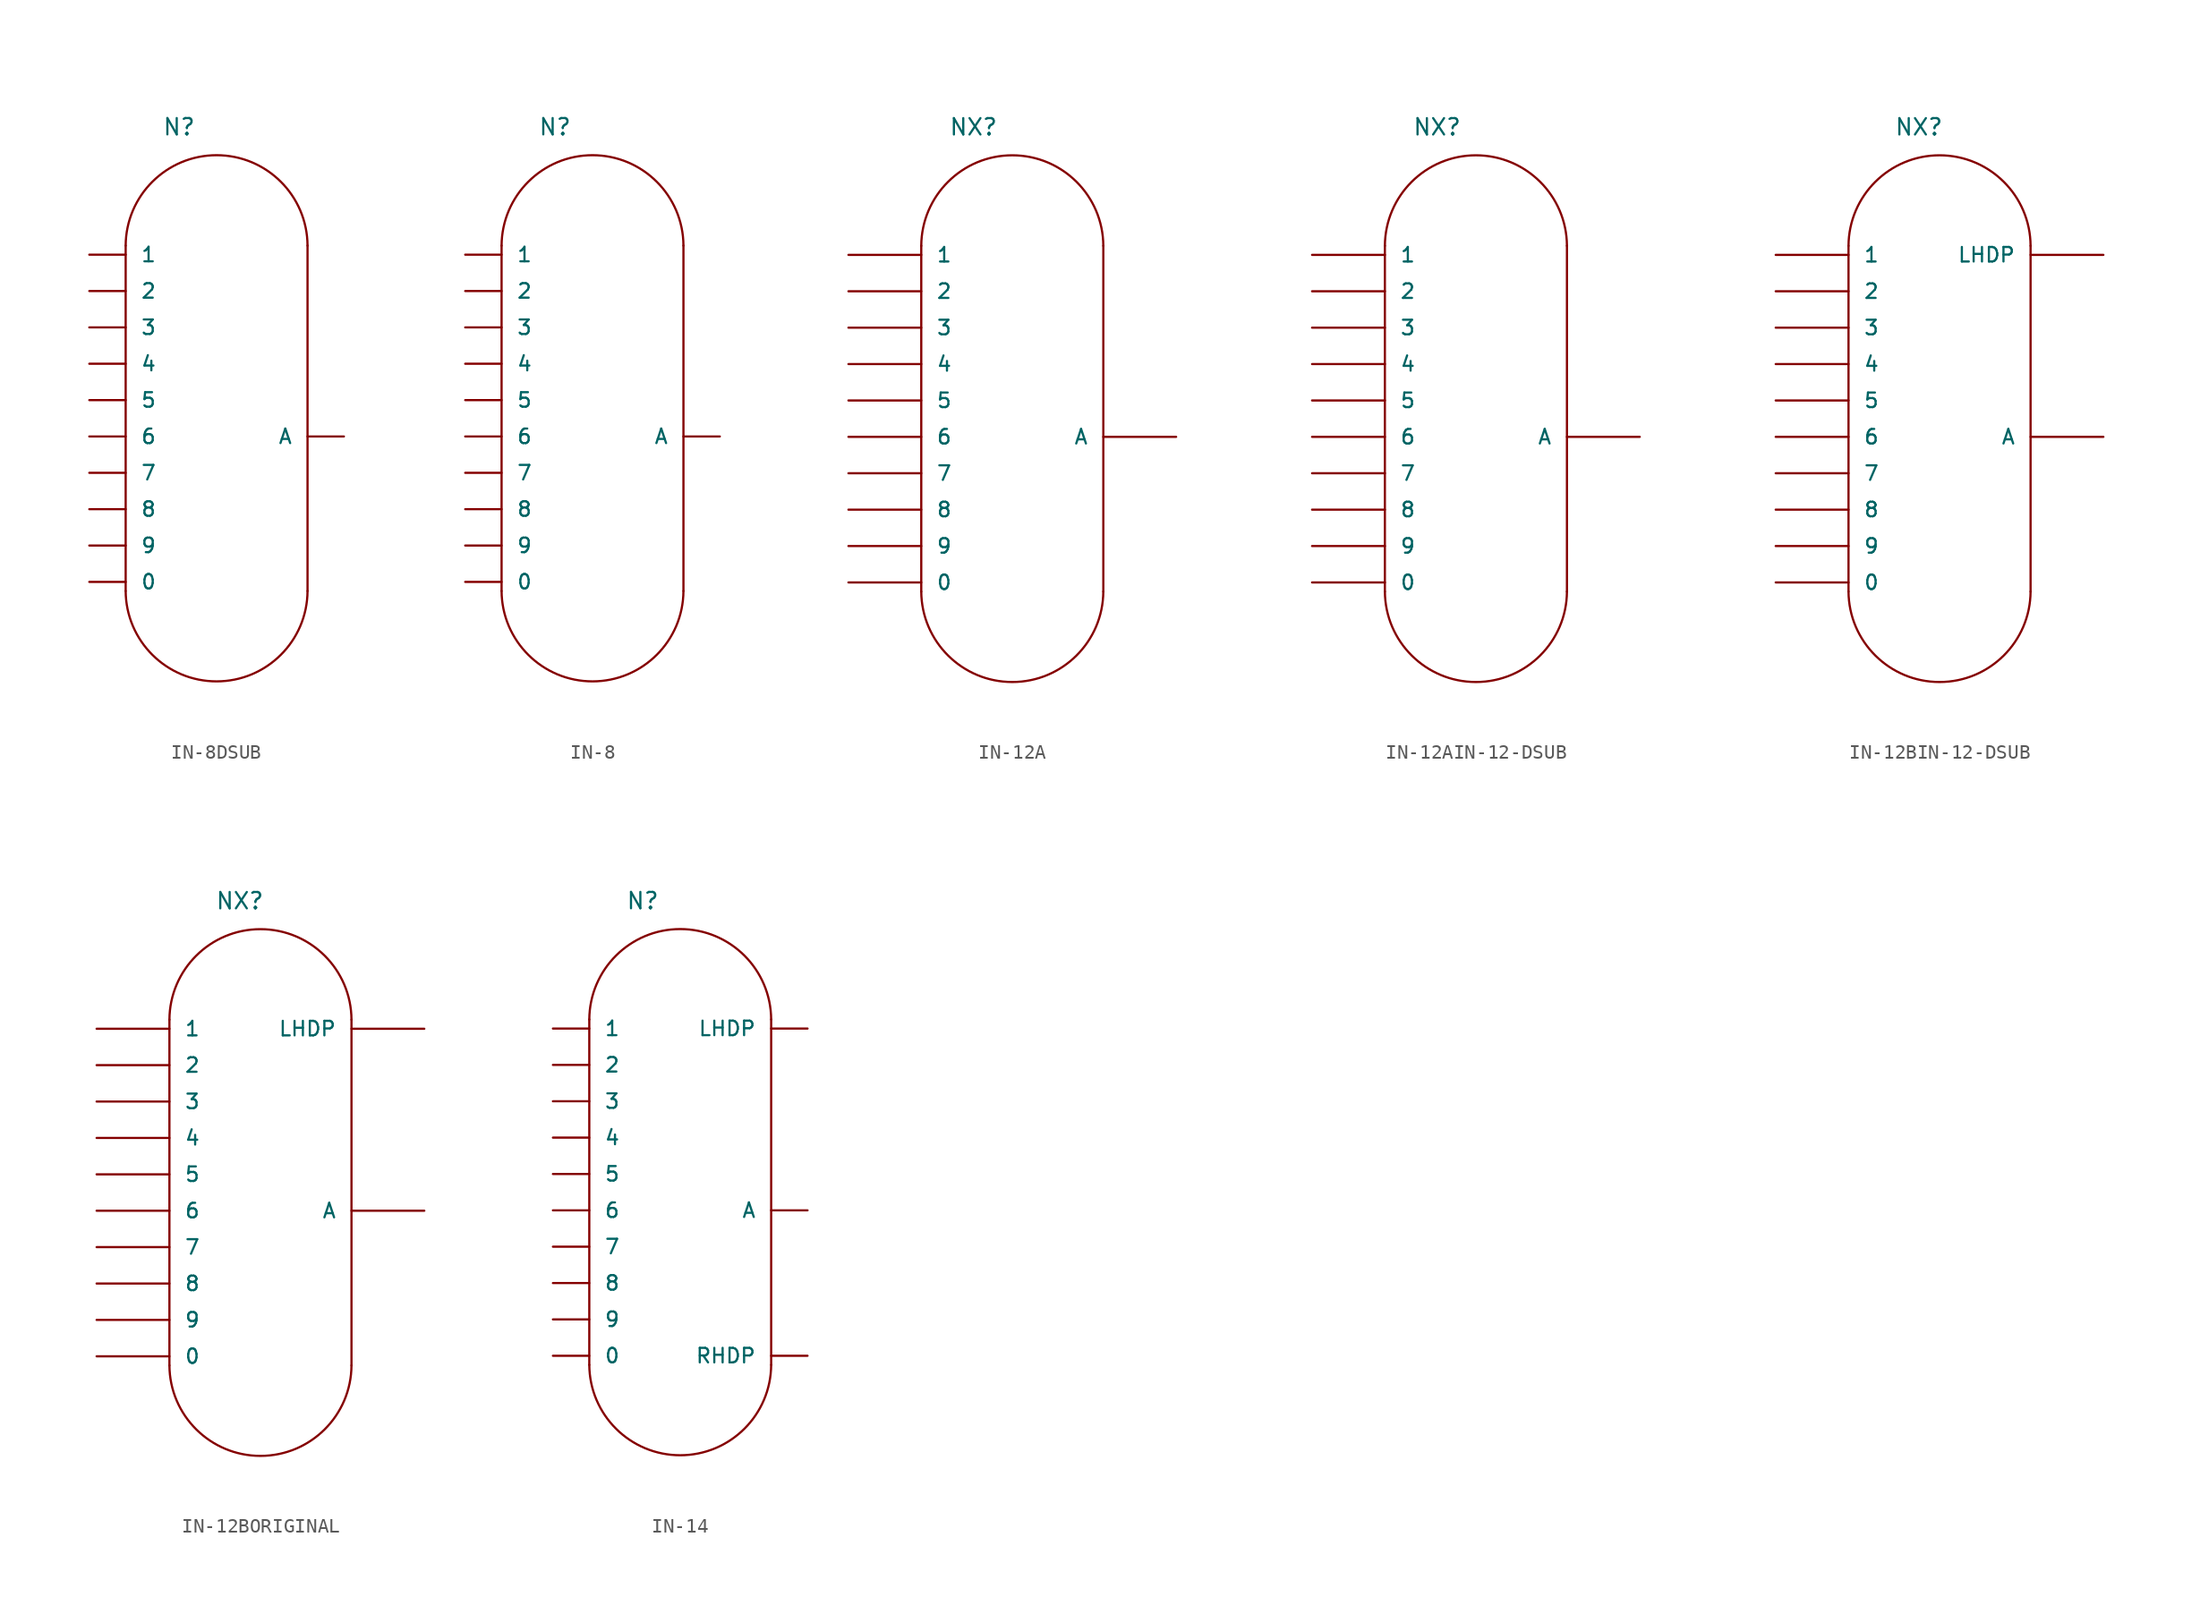
<source format=kicad_sym>
(kicad_symbol_lib
  (version 20220914)
  (generator kicad_symbol_editor)
  (symbol "IN-8DSUB"
    (pin_numbers hide)
    (pin_names
      (offset 1.016))
    (property "Reference" "N"
      (at -5.08 20.955 0)
      (effects (font (size 1.143 1.143)) (justify left bottom)))
    (property "ki_locked" ""
      (at 0 0 0)
      (effects (font (size 1.27 1.27))))
    (symbol "IN-8DSUB_1_0"
      (polyline (pts (xy -7.62 -10.795) (xy -7.62 13.335)) (stroke (width 0) (type solid)) (fill (type none)))
      (polyline (pts (xy 5.08 -10.795) (xy 5.08 13.335)) (stroke (width 0) (type solid)) (fill (type none))))
    (symbol "IN-8DSUB_1_1"
      (arc (start -7.62 -10.795) (mid -1.27 -17.1174) (end 5.08 -10.795) (stroke (width 0) (type solid)) (fill (type none)))
      (arc (start 5.08 13.335) (mid -1.27 19.6574) (end -7.62 13.335) (stroke (width 0) (type solid)) (fill (type none)))
      (pin bidirectional line (at -10.16 -10.16 0) (length 2.54) (name "0" (effects (font (size 1.016 1.016)))) (number "0" (effects (font (size 1.016 1.016)))))
      (pin bidirectional line (at -10.16 12.7 0) (length 2.54) (name "1" (effects (font (size 1.016 1.016)))) (number "1" (effects (font (size 1.016 1.016)))))
      (pin bidirectional line (at -10.16 10.16 0) (length 2.54) (name "2" (effects (font (size 1.016 1.016)))) (number "2" (effects (font (size 1.016 1.016)))))
      (pin bidirectional line (at -10.16 7.62 0) (length 2.54) (name "3" (effects (font (size 1.016 1.016)))) (number "3" (effects (font (size 1.016 1.016)))))
      (pin bidirectional line (at -10.16 5.08 0) (length 2.54) (name "4" (effects (font (size 1.016 1.016)))) (number "4" (effects (font (size 1.016 1.016)))))
      (pin bidirectional line (at -10.16 2.54 0) (length 2.54) (name "5" (effects (font (size 1.016 1.016)))) (number "5" (effects (font (size 1.016 1.016)))))
      (pin bidirectional line (at -10.16 0 0) (length 2.54) (name "6" (effects (font (size 1.016 1.016)))) (number "6" (effects (font (size 1.016 1.016)))))
      (pin bidirectional line (at -10.16 -2.54 0) (length 2.54) (name "7" (effects (font (size 1.016 1.016)))) (number "7" (effects (font (size 1.016 1.016)))))
      (pin bidirectional line (at -10.16 -5.08 0) (length 2.54) (name "8" (effects (font (size 1.016 1.016)))) (number "8" (effects (font (size 1.016 1.016)))))
      (pin bidirectional line (at -10.16 -7.62 0) (length 2.54) (name "9" (effects (font (size 1.016 1.016)))) (number "9" (effects (font (size 1.016 1.016)))))
      (pin bidirectional line (at 7.62 0 180) (length 2.54) (name "A" (effects (font (size 1.016 1.016)))) (number "A" (effects (font (size 1.016 1.016)))))))
  (symbol "IN-8"
    (pin_numbers hide)
    (pin_names
      (offset 1.016))
    (property "Reference" "N"
      (at -5.08 20.955 0)
      (effects (font (size 1.143 1.143)) (justify left bottom)))
    (property "ki_locked" ""
      (at 0 0 0)
      (effects (font (size 1.27 1.27))))
    (symbol "IN-8_1_0"
      (polyline (pts (xy -7.62 -10.795) (xy -7.62 13.335)) (stroke (width 0) (type solid)) (fill (type none)))
      (polyline (pts (xy 5.08 -10.795) (xy 5.08 13.335)) (stroke (width 0) (type solid)) (fill (type none))))
    (symbol "IN-8_1_1"
      (arc (start -7.62 -10.795) (mid -1.27 -17.1174) (end 5.08 -10.795) (stroke (width 0) (type solid)) (fill (type none)))
      (arc (start 5.08 13.335) (mid -1.27 19.6574) (end -7.62 13.335) (stroke (width 0) (type solid)) (fill (type none)))
      (pin bidirectional line (at -10.16 -10.16 0) (length 2.54) (name "0" (effects (font (size 1.016 1.016)))) (number "0" (effects (font (size 1.016 1.016)))))
      (pin bidirectional line (at -10.16 12.7 0) (length 2.54) (name "1" (effects (font (size 1.016 1.016)))) (number "1" (effects (font (size 1.016 1.016)))))
      (pin bidirectional line (at -10.16 10.16 0) (length 2.54) (name "2" (effects (font (size 1.016 1.016)))) (number "2" (effects (font (size 1.016 1.016)))))
      (pin bidirectional line (at -10.16 7.62 0) (length 2.54) (name "3" (effects (font (size 1.016 1.016)))) (number "3" (effects (font (size 1.016 1.016)))))
      (pin bidirectional line (at -10.16 5.08 0) (length 2.54) (name "4" (effects (font (size 1.016 1.016)))) (number "4" (effects (font (size 1.016 1.016)))))
      (pin bidirectional line (at -10.16 2.54 0) (length 2.54) (name "5" (effects (font (size 1.016 1.016)))) (number "5" (effects (font (size 1.016 1.016)))))
      (pin bidirectional line (at -10.16 0 0) (length 2.54) (name "6" (effects (font (size 1.016 1.016)))) (number "6" (effects (font (size 1.016 1.016)))))
      (pin bidirectional line (at -10.16 -2.54 0) (length 2.54) (name "7" (effects (font (size 1.016 1.016)))) (number "7" (effects (font (size 1.016 1.016)))))
      (pin bidirectional line (at -10.16 -5.08 0) (length 2.54) (name "8" (effects (font (size 1.016 1.016)))) (number "8" (effects (font (size 1.016 1.016)))))
      (pin bidirectional line (at -10.16 -7.62 0) (length 2.54) (name "9" (effects (font (size 1.016 1.016)))) (number "9" (effects (font (size 1.016 1.016)))))
      (pin bidirectional line (at 7.62 0 180) (length 2.54) (name "A" (effects (font (size 1.016 1.016)))) (number "A" (effects (font (size 1.016 1.016)))))))
  (symbol "IN-12A"
    (pin_numbers hide)
    (pin_names
      (offset 1.016))
    (property "Reference" "NX"
      (at -5.715 20.955 0)
      (effects (font (size 1.143 1.143)) (justify left bottom)))
    (property "ki_locked" ""
      (at 0 0 0)
      (effects (font (size 1.27 1.27))))
    (symbol "IN-12A_1_0"
      (polyline (pts (xy -7.62 -10.795) (xy -7.62 13.335)) (stroke (width 0) (type solid)) (fill (type none)))
      (polyline (pts (xy 5.08 -10.795) (xy 5.08 13.335)) (stroke (width 0) (type solid)) (fill (type none))))
    (symbol "IN-12A_1_1"
      (arc (start -7.62 -10.795) (mid -1.27 -17.1174) (end 5.08 -10.795) (stroke (width 0) (type solid)) (fill (type none)))
      (arc (start 5.08 13.335) (mid -1.27 19.6574) (end -7.62 13.335) (stroke (width 0) (type solid)) (fill (type none)))
      (pin bidirectional line (at -12.7 -10.16 0) (length 5.08) (name "0" (effects (font (size 1.016 1.016)))) (number "0" (effects (font (size 1.016 1.016)))))
      (pin bidirectional line (at -12.7 12.7 0) (length 5.08) (name "1" (effects (font (size 1.016 1.016)))) (number "1" (effects (font (size 1.016 1.016)))))
      (pin bidirectional line (at -12.7 10.16 0) (length 5.08) (name "2" (effects (font (size 1.016 1.016)))) (number "2" (effects (font (size 1.016 1.016)))))
      (pin bidirectional line (at -12.7 7.62 0) (length 5.08) (name "3" (effects (font (size 1.016 1.016)))) (number "3" (effects (font (size 1.016 1.016)))))
      (pin bidirectional line (at -12.7 5.08 0) (length 5.08) (name "4" (effects (font (size 1.016 1.016)))) (number "4" (effects (font (size 1.016 1.016)))))
      (pin bidirectional line (at -12.7 2.54 0) (length 5.08) (name "5" (effects (font (size 1.016 1.016)))) (number "5" (effects (font (size 1.016 1.016)))))
      (pin bidirectional line (at -12.7 0 0) (length 5.08) (name "6" (effects (font (size 1.016 1.016)))) (number "6" (effects (font (size 1.016 1.016)))))
      (pin bidirectional line (at -12.7 -2.54 0) (length 5.08) (name "7" (effects (font (size 1.016 1.016)))) (number "7" (effects (font (size 1.016 1.016)))))
      (pin bidirectional line (at -12.7 -5.08 0) (length 5.08) (name "8" (effects (font (size 1.016 1.016)))) (number "8" (effects (font (size 1.016 1.016)))))
      (pin bidirectional line (at -12.7 -7.62 0) (length 5.08) (name "9" (effects (font (size 1.016 1.016)))) (number "9" (effects (font (size 1.016 1.016)))))
      (pin bidirectional line (at 10.16 0 180) (length 5.08) (name "A" (effects (font (size 1.016 1.016)))) (number "A" (effects (font (size 1.016 1.016)))))))
  (symbol "IN-12AIN-12-DSUB"
    (pin_numbers hide)
    (pin_names
      (offset 1.016))
    (property "Reference" "NX"
      (at -5.715 20.955 0)
      (effects (font (size 1.143 1.143)) (justify left bottom)))
    (property "ki_locked" ""
      (at 0 0 0)
      (effects (font (size 1.27 1.27))))
    (symbol "IN-12AIN-12-DSUB_1_0"
      (polyline (pts (xy -7.62 -10.795) (xy -7.62 13.335)) (stroke (width 0) (type solid)) (fill (type none)))
      (polyline (pts (xy 5.08 -10.795) (xy 5.08 13.335)) (stroke (width 0) (type solid)) (fill (type none))))
    (symbol "IN-12AIN-12-DSUB_1_1"
      (arc (start -7.62 -10.795) (mid -1.27 -17.1174) (end 5.08 -10.795) (stroke (width 0) (type solid)) (fill (type none)))
      (arc (start 5.08 13.335) (mid -1.27 19.6574) (end -7.62 13.335) (stroke (width 0) (type solid)) (fill (type none)))
      (pin bidirectional line (at -12.7 -10.16 0) (length 5.08) (name "0" (effects (font (size 1.016 1.016)))) (number "0" (effects (font (size 1.016 1.016)))))
      (pin bidirectional line (at -12.7 12.7 0) (length 5.08) (name "1" (effects (font (size 1.016 1.016)))) (number "1" (effects (font (size 1.016 1.016)))))
      (pin bidirectional line (at -12.7 10.16 0) (length 5.08) (name "2" (effects (font (size 1.016 1.016)))) (number "2" (effects (font (size 1.016 1.016)))))
      (pin bidirectional line (at -12.7 7.62 0) (length 5.08) (name "3" (effects (font (size 1.016 1.016)))) (number "3" (effects (font (size 1.016 1.016)))))
      (pin bidirectional line (at -12.7 5.08 0) (length 5.08) (name "4" (effects (font (size 1.016 1.016)))) (number "4" (effects (font (size 1.016 1.016)))))
      (pin bidirectional line (at -12.7 2.54 0) (length 5.08) (name "5" (effects (font (size 1.016 1.016)))) (number "5" (effects (font (size 1.016 1.016)))))
      (pin bidirectional line (at -12.7 0 0) (length 5.08) (name "6" (effects (font (size 1.016 1.016)))) (number "6" (effects (font (size 1.016 1.016)))))
      (pin bidirectional line (at -12.7 -2.54 0) (length 5.08) (name "7" (effects (font (size 1.016 1.016)))) (number "7" (effects (font (size 1.016 1.016)))))
      (pin bidirectional line (at -12.7 -5.08 0) (length 5.08) (name "8" (effects (font (size 1.016 1.016)))) (number "8" (effects (font (size 1.016 1.016)))))
      (pin bidirectional line (at -12.7 -7.62 0) (length 5.08) (name "9" (effects (font (size 1.016 1.016)))) (number "9" (effects (font (size 1.016 1.016)))))
      (pin bidirectional line (at 10.16 0 180) (length 5.08) (name "A" (effects (font (size 1.016 1.016)))) (number "A" (effects (font (size 1.016 1.016)))))))
  (symbol "IN-12BIN-12-DSUB"
    (pin_numbers hide)
    (pin_names
      (offset 1.016))
    (property "Reference" "NX"
      (at -4.445 20.955 0)
      (effects (font (size 1.143 1.143)) (justify left bottom)))
    (property "ki_locked" ""
      (at 0 0 0)
      (effects (font (size 1.27 1.27))))
    (symbol "IN-12BIN-12-DSUB_1_0"
      (polyline (pts (xy -7.62 -10.795) (xy -7.62 13.335)) (stroke (width 0) (type solid)) (fill (type none)))
      (polyline (pts (xy 5.08 -10.795) (xy 5.08 13.335)) (stroke (width 0) (type solid)) (fill (type none))))
    (symbol "IN-12BIN-12-DSUB_1_1"
      (arc (start -7.62 -10.795) (mid -1.27 -17.1174) (end 5.08 -10.795) (stroke (width 0) (type solid)) (fill (type none)))
      (arc (start 5.08 13.335) (mid -1.27 19.6574) (end -7.62 13.335) (stroke (width 0) (type solid)) (fill (type none)))
      (pin bidirectional line (at -12.7 -10.16 0) (length 5.08) (name "0" (effects (font (size 1.016 1.016)))) (number "0" (effects (font (size 1.016 1.016)))))
      (pin bidirectional line (at -12.7 12.7 0) (length 5.08) (name "1" (effects (font (size 1.016 1.016)))) (number "1" (effects (font (size 1.016 1.016)))))
      (pin bidirectional line (at -12.7 10.16 0) (length 5.08) (name "2" (effects (font (size 1.016 1.016)))) (number "2" (effects (font (size 1.016 1.016)))))
      (pin bidirectional line (at -12.7 7.62 0) (length 5.08) (name "3" (effects (font (size 1.016 1.016)))) (number "3" (effects (font (size 1.016 1.016)))))
      (pin bidirectional line (at -12.7 5.08 0) (length 5.08) (name "4" (effects (font (size 1.016 1.016)))) (number "4" (effects (font (size 1.016 1.016)))))
      (pin bidirectional line (at -12.7 2.54 0) (length 5.08) (name "5" (effects (font (size 1.016 1.016)))) (number "5" (effects (font (size 1.016 1.016)))))
      (pin bidirectional line (at -12.7 0 0) (length 5.08) (name "6" (effects (font (size 1.016 1.016)))) (number "6" (effects (font (size 1.016 1.016)))))
      (pin bidirectional line (at -12.7 -2.54 0) (length 5.08) (name "7" (effects (font (size 1.016 1.016)))) (number "7" (effects (font (size 1.016 1.016)))))
      (pin bidirectional line (at -12.7 -5.08 0) (length 5.08) (name "8" (effects (font (size 1.016 1.016)))) (number "8" (effects (font (size 1.016 1.016)))))
      (pin bidirectional line (at -12.7 -7.62 0) (length 5.08) (name "9" (effects (font (size 1.016 1.016)))) (number "9" (effects (font (size 1.016 1.016)))))
      (pin bidirectional line (at 10.16 0 180) (length 5.08) (name "A" (effects (font (size 1.016 1.016)))) (number "A" (effects (font (size 1.016 1.016)))))
      (pin bidirectional line (at 10.16 12.7 180) (length 5.08) (name "LHDP" (effects (font (size 1.016 1.016)))) (number "LHDP" (effects (font (size 1.016 1.016)))))))
  (symbol "IN-12BORIGINAL"
    (pin_numbers hide)
    (pin_names
      (offset 1.016))
    (property "Reference" "NX"
      (at -4.445 20.955 0)
      (effects (font (size 1.143 1.143)) (justify left bottom)))
    (property "ki_locked" ""
      (at 0 0 0)
      (effects (font (size 1.27 1.27))))
    (symbol "IN-12BORIGINAL_1_0"
      (polyline (pts (xy -7.62 -10.795) (xy -7.62 13.335)) (stroke (width 0) (type solid)) (fill (type none)))
      (polyline (pts (xy 5.08 -10.795) (xy 5.08 13.335)) (stroke (width 0) (type solid)) (fill (type none))))
    (symbol "IN-12BORIGINAL_1_1"
      (arc (start -7.62 -10.795) (mid -1.27 -17.1174) (end 5.08 -10.795) (stroke (width 0) (type solid)) (fill (type none)))
      (arc (start 5.08 13.335) (mid -1.27 19.6574) (end -7.62 13.335) (stroke (width 0) (type solid)) (fill (type none)))
      (pin bidirectional line (at -12.7 -10.16 0) (length 5.08) (name "0" (effects (font (size 1.016 1.016)))) (number "0" (effects (font (size 1.016 1.016)))))
      (pin bidirectional line (at -12.7 12.7 0) (length 5.08) (name "1" (effects (font (size 1.016 1.016)))) (number "1" (effects (font (size 1.016 1.016)))))
      (pin bidirectional line (at -12.7 10.16 0) (length 5.08) (name "2" (effects (font (size 1.016 1.016)))) (number "2" (effects (font (size 1.016 1.016)))))
      (pin bidirectional line (at -12.7 7.62 0) (length 5.08) (name "3" (effects (font (size 1.016 1.016)))) (number "3" (effects (font (size 1.016 1.016)))))
      (pin bidirectional line (at -12.7 5.08 0) (length 5.08) (name "4" (effects (font (size 1.016 1.016)))) (number "4" (effects (font (size 1.016 1.016)))))
      (pin bidirectional line (at -12.7 2.54 0) (length 5.08) (name "5" (effects (font (size 1.016 1.016)))) (number "5" (effects (font (size 1.016 1.016)))))
      (pin bidirectional line (at -12.7 0 0) (length 5.08) (name "6" (effects (font (size 1.016 1.016)))) (number "6" (effects (font (size 1.016 1.016)))))
      (pin bidirectional line (at -12.7 -2.54 0) (length 5.08) (name "7" (effects (font (size 1.016 1.016)))) (number "7" (effects (font (size 1.016 1.016)))))
      (pin bidirectional line (at -12.7 -5.08 0) (length 5.08) (name "8" (effects (font (size 1.016 1.016)))) (number "8" (effects (font (size 1.016 1.016)))))
      (pin bidirectional line (at -12.7 -7.62 0) (length 5.08) (name "9" (effects (font (size 1.016 1.016)))) (number "9" (effects (font (size 1.016 1.016)))))
      (pin bidirectional line (at 10.16 0 180) (length 5.08) (name "A" (effects (font (size 1.016 1.016)))) (number "A" (effects (font (size 1.016 1.016)))))
      (pin bidirectional line (at 10.16 12.7 180) (length 5.08) (name "LHDP" (effects (font (size 1.016 1.016)))) (number "LHDP" (effects (font (size 1.016 1.016)))))))
  (symbol "IN-14"
    (pin_numbers hide)
    (pin_names
      (offset 1.016))
    (property "Reference" "N"
      (at -2.54 18.415 0)
      (effects (font (size 1.143 1.143)) (justify left bottom)))
    (property "ki_locked" ""
      (at 0 0 0)
      (effects (font (size 1.27 1.27))))
    (symbol "IN-14_1_0"
      (polyline (pts (xy -5.08 -13.335) (xy -5.08 10.795)) (stroke (width 0) (type solid)) (fill (type none)))
      (polyline (pts (xy 7.62 -13.335) (xy 7.62 10.795)) (stroke (width 0) (type solid)) (fill (type none))))
    (symbol "IN-14_1_1"
      (arc (start -5.08 -13.335) (mid 1.27 -19.6574) (end 7.62 -13.335) (stroke (width 0) (type solid)) (fill (type none)))
      (arc (start 7.62 10.795) (mid 1.27 17.1174) (end -5.08 10.795) (stroke (width 0) (type solid)) (fill (type none)))
      (pin bidirectional line (at -7.62 -12.7 0) (length 2.54) (name "0" (effects (font (size 1.016 1.016)))) (number "0" (effects (font (size 1.016 1.016)))))
      (pin bidirectional line (at -7.62 10.16 0) (length 2.54) (name "1" (effects (font (size 1.016 1.016)))) (number "1" (effects (font (size 1.016 1.016)))))
      (pin bidirectional line (at -7.62 7.62 0) (length 2.54) (name "2" (effects (font (size 1.016 1.016)))) (number "2" (effects (font (size 1.016 1.016)))))
      (pin bidirectional line (at -7.62 5.08 0) (length 2.54) (name "3" (effects (font (size 1.016 1.016)))) (number "3" (effects (font (size 1.016 1.016)))))
      (pin bidirectional line (at -7.62 2.54 0) (length 2.54) (name "4" (effects (font (size 1.016 1.016)))) (number "4" (effects (font (size 1.016 1.016)))))
      (pin bidirectional line (at -7.62 0 0) (length 2.54) (name "5" (effects (font (size 1.016 1.016)))) (number "5" (effects (font (size 1.016 1.016)))))
      (pin bidirectional line (at -7.62 -2.54 0) (length 2.54) (name "6" (effects (font (size 1.016 1.016)))) (number "6" (effects (font (size 1.016 1.016)))))
      (pin bidirectional line (at -7.62 -5.08 0) (length 2.54) (name "7" (effects (font (size 1.016 1.016)))) (number "7" (effects (font (size 1.016 1.016)))))
      (pin bidirectional line (at -7.62 -7.62 0) (length 2.54) (name "8" (effects (font (size 1.016 1.016)))) (number "8" (effects (font (size 1.016 1.016)))))
      (pin bidirectional line (at -7.62 -10.16 0) (length 2.54) (name "9" (effects (font (size 1.016 1.016)))) (number "9" (effects (font (size 1.016 1.016)))))
      (pin bidirectional line (at 10.16 -2.54 180) (length 2.54) (name "A" (effects (font (size 1.016 1.016)))) (number "A" (effects (font (size 1.016 1.016)))))
      (pin bidirectional line (at 10.16 10.16 180) (length 2.54) (name "LHDP" (effects (font (size 1.016 1.016)))) (number "LHDP" (effects (font (size 1.016 1.016)))))
      (pin bidirectional line (at 10.16 -12.7 180) (length 2.54) (name "RHDP" (effects (font (size 1.016 1.016)))) (number "RHDP" (effects (font (size 1.016 1.016))))))))
</source>
